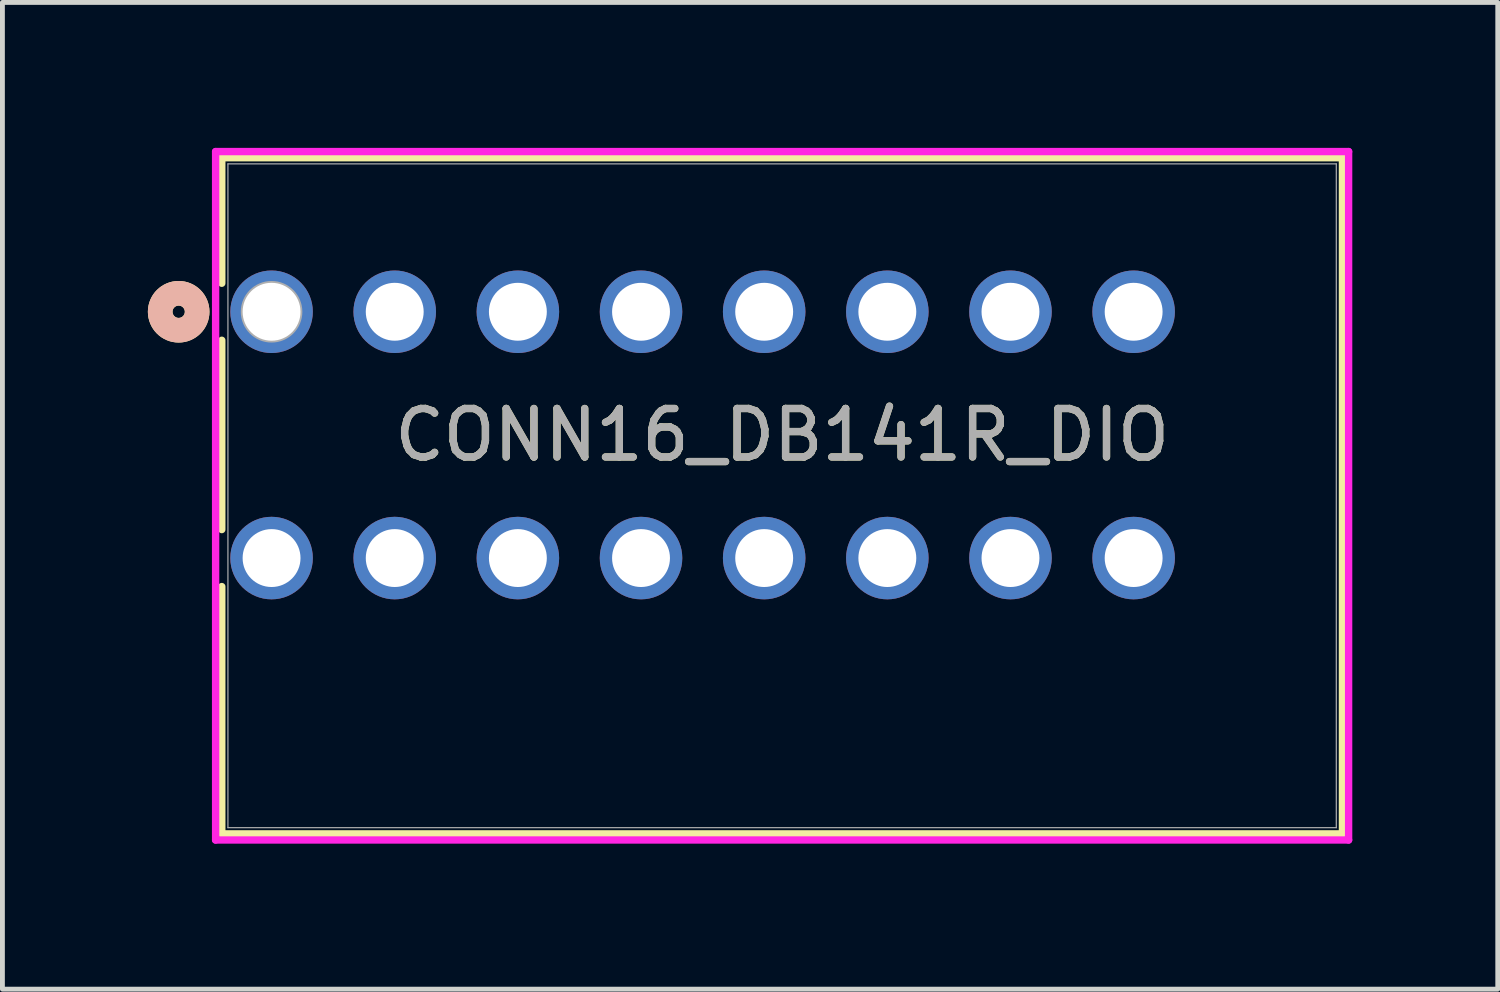
<source format=kicad_pcb>
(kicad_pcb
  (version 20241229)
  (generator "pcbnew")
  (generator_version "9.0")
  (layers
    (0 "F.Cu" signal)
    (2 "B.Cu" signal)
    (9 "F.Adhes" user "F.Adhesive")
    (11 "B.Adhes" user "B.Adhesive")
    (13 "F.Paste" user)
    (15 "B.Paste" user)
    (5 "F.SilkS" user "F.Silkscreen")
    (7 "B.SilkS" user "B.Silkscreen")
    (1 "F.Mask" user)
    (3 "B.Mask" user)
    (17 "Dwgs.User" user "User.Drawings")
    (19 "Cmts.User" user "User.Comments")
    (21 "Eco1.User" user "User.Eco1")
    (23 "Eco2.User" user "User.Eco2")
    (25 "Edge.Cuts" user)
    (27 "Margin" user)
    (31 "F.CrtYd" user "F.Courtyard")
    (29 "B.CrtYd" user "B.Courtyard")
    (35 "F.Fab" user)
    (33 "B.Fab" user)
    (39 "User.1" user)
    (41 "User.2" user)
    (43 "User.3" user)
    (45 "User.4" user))
  (footprint "CONN16_DB141R_DIO"
    (layer "F.Cu")
    (at 2.551 3.38)
    (property "Reference" "CONN16_DB141R_DIO" (at 10.53 2.54 0) (unlocked yes) (layer "F.SilkS") (effects (font (size 1 1) (thickness 0.15))))
    (attr through_hole)
    (fp_line (start -1.027 -3.177) (end -1.027 -0.588) (stroke (width 0.152) (type solid)) (layer "F.SilkS"))
    (fp_line (start -1.027 0.588) (end -1.027 4.492) (stroke (width 0.152) (type solid)) (layer "F.SilkS"))
    (fp_line (start -1.027 5.668) (end -1.027 10.768) (stroke (width 0.152) (type solid)) (layer "F.SilkS"))
    (fp_line (start -1.027 10.768) (end 22.087 10.768) (stroke (width 0.152) (type solid)) (layer "F.SilkS"))
    (fp_line (start 22.087 -3.177) (end -1.027 -3.177) (stroke (width 0.152) (type solid)) (layer "F.SilkS"))
    (fp_line (start 22.087 10.768) (end 22.087 -3.177) (stroke (width 0.152) (type solid)) (layer "F.SilkS"))
    (fp_circle (center -1.916 0) (end -1.535 0) (stroke (width 0.508) (type solid)) (fill no) (layer "F.SilkS"))
    (fp_circle (center -1.916 0) (end -1.535 0) (stroke (width 0.508) (type solid)) (fill no) (layer "B.SilkS"))
    (fp_line (start -1.154 -3.304) (end -1.154 10.895) (stroke (width 0.152) (type solid)) (layer "F.CrtYd"))
    (fp_line (start -1.154 10.895) (end 22.214 10.895) (stroke (width 0.152) (type solid)) (layer "F.CrtYd"))
    (fp_line (start 22.214 -3.304) (end -1.154 -3.304) (stroke (width 0.152) (type solid)) (layer "F.CrtYd"))
    (fp_line (start 22.214 10.895) (end 22.214 -3.304) (stroke (width 0.152) (type solid)) (layer "F.CrtYd"))
    (fp_line (start -0.9 -3.05) (end -0.9 10.641) (stroke (width 0.025) (type solid)) (layer "F.Fab"))
    (fp_line (start -0.9 10.641) (end 21.96 10.641) (stroke (width 0.025) (type solid)) (layer "F.Fab"))
    (fp_line (start 21.96 -3.05) (end -0.9 -3.05) (stroke (width 0.025) (type solid)) (layer "F.Fab"))
    (fp_line (start 21.96 10.641) (end 21.96 -3.05) (stroke (width 0.025) (type solid)) (layer "F.Fab"))
    (fp_circle (center 0 0) (end 0.381 0) (stroke (width 0.508) (type solid)) (fill no) (layer "F.Fab"))
    (fp_text user "${REFERENCE}" (at 10.53 2.54 0) (unlocked yes) (layer "F.Fab") (effects (font (size 1 1) (thickness 0.15))))
    (pad "1" thru_hole circle (at 0 0) (size 1.702 1.702) (drill 1.194) (layers "*.Cu" "*.Mask"))
    (pad "2" thru_hole circle (at 2.54 0) (size 1.702 1.702) (drill 1.194) (layers "*.Cu" "*.Mask"))
    (pad "3" thru_hole circle (at 5.08 0) (size 1.702 1.702) (drill 1.194) (layers "*.Cu" "*.Mask"))
    (pad "4" thru_hole circle (at 7.62 0) (size 1.702 1.702) (drill 1.194) (layers "*.Cu" "*.Mask"))
    (pad "5" thru_hole circle (at 10.16 0) (size 1.702 1.702) (drill 1.194) (layers "*.Cu" "*.Mask"))
    (pad "6" thru_hole circle (at 12.7 0) (size 1.702 1.702) (drill 1.194) (layers "*.Cu" "*.Mask"))
    (pad "7" thru_hole circle (at 15.24 0) (size 1.702 1.702) (drill 1.194) (layers "*.Cu" "*.Mask"))
    (pad "8" thru_hole circle (at 17.78 0) (size 1.702 1.702) (drill 1.194) (layers "*.Cu" "*.Mask"))
    (pad "9" thru_hole circle (at 0 5.08) (size 1.702 1.702) (drill 1.194) (layers "*.Cu" "*.Mask"))
    (pad "10" thru_hole circle (at 2.54 5.08) (size 1.702 1.702) (drill 1.194) (layers "*.Cu" "*.Mask"))
    (pad "11" thru_hole circle (at 5.08 5.08) (size 1.702 1.702) (drill 1.194) (layers "*.Cu" "*.Mask"))
    (pad "12" thru_hole circle (at 7.62 5.08) (size 1.702 1.702) (drill 1.194) (layers "*.Cu" "*.Mask"))
    (pad "13" thru_hole circle (at 10.16 5.08) (size 1.702 1.702) (drill 1.194) (layers "*.Cu" "*.Mask"))
    (pad "14" thru_hole circle (at 12.7 5.08) (size 1.702 1.702) (drill 1.194) (layers "*.Cu" "*.Mask"))
    (pad "15" thru_hole circle (at 15.24 5.08) (size 1.702 1.702) (drill 1.194) (layers "*.Cu" "*.Mask"))
    (pad "16" thru_hole circle (at 17.78 5.08) (size 1.702 1.702) (drill 1.194) (layers "*.Cu" "*.Mask")))
  (gr_rect
    (start -3 -3)
    (end 27.841 17.351)
    (stroke (width 0.1) (type default))
    (fill no)
    (layer "Edge.Cuts")))
</source>
